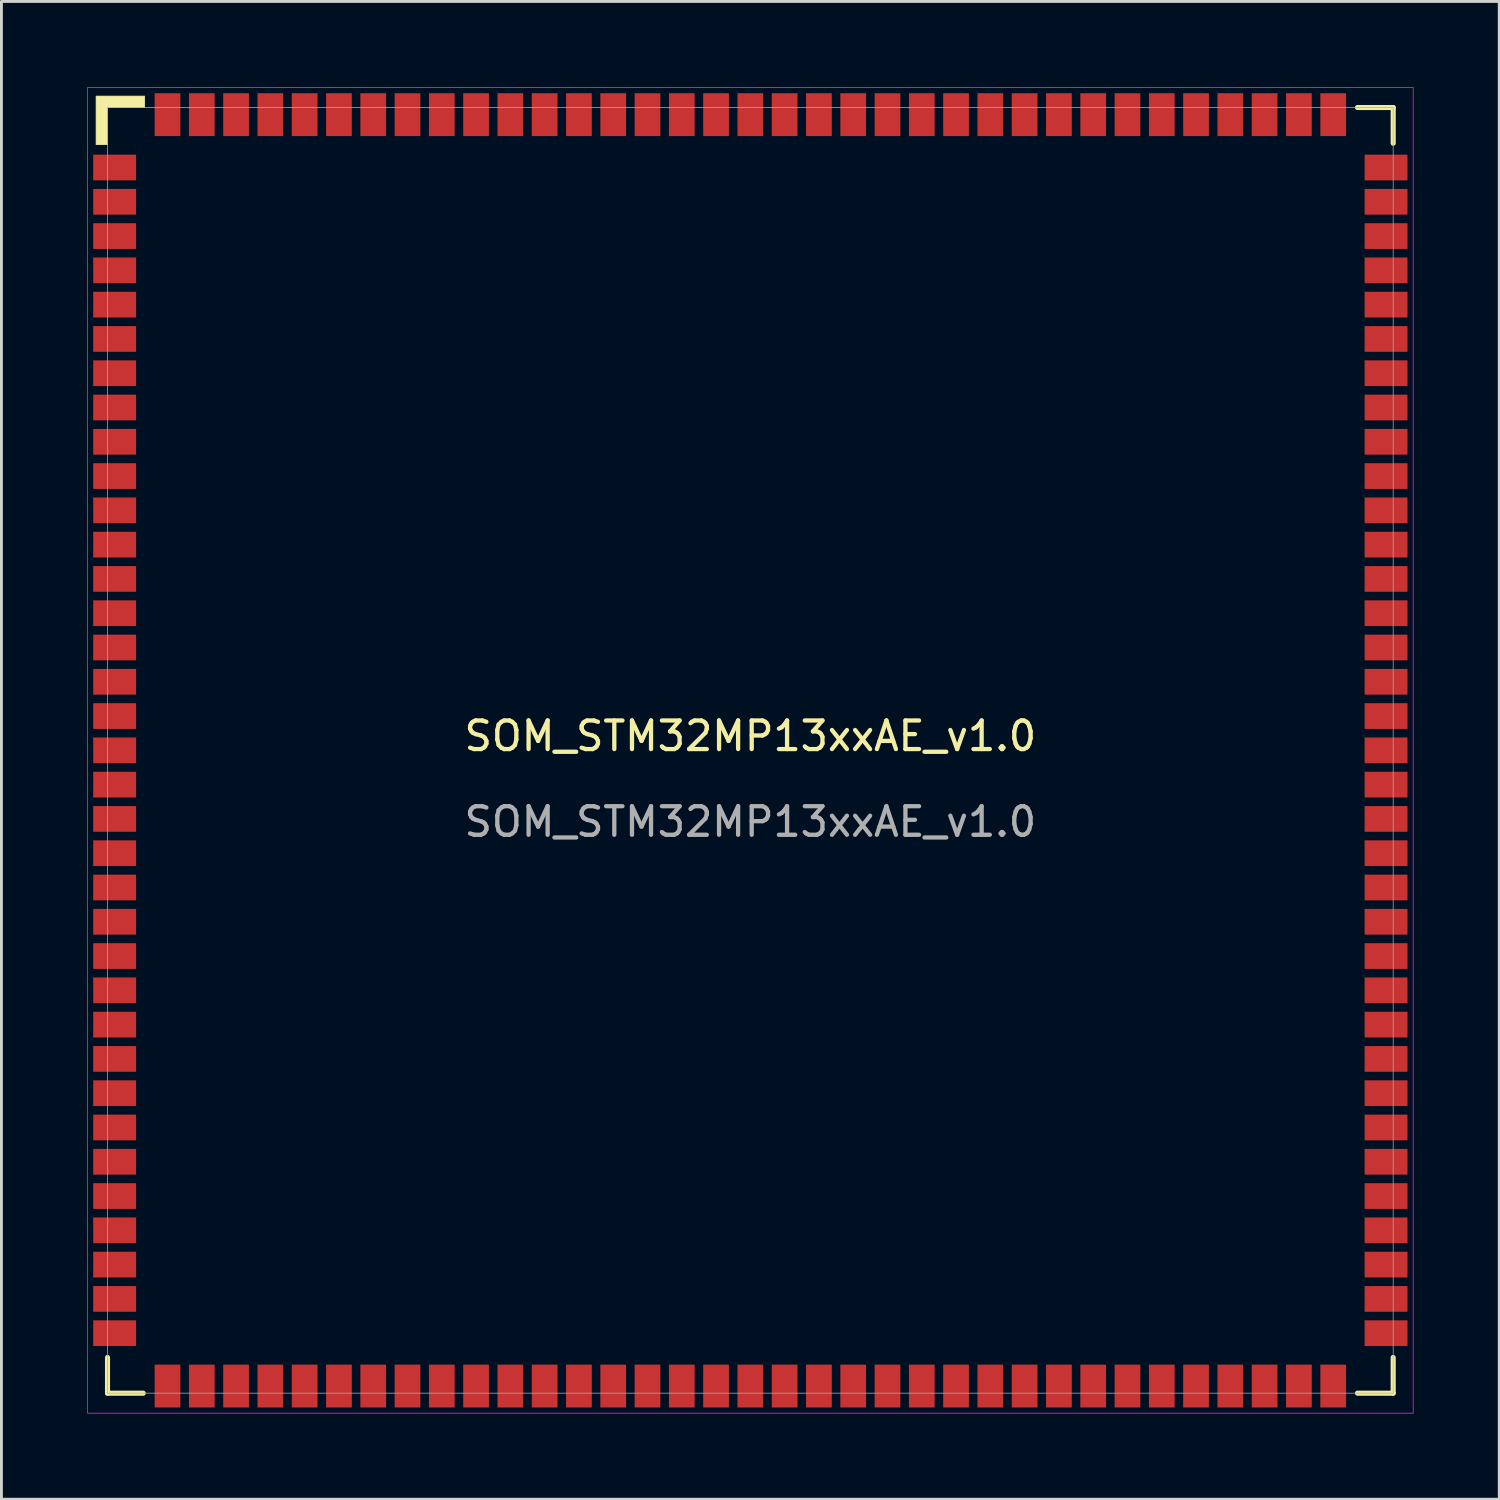
<source format=kicad_pcb>
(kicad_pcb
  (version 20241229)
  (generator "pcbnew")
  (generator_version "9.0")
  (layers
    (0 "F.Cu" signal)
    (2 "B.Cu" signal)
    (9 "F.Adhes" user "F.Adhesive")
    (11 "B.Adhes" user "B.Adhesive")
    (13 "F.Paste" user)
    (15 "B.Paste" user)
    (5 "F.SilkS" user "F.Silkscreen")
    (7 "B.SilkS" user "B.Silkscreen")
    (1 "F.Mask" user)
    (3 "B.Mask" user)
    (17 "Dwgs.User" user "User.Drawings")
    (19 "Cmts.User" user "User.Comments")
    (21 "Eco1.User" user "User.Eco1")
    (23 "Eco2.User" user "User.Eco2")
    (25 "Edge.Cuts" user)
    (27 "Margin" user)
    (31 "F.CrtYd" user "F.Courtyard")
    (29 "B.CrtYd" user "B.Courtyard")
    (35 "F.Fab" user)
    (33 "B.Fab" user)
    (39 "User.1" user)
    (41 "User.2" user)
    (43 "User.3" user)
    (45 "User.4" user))
  (footprint "SOM_STM32MP13xxAE_v1.0"
    (layer "F.Cu")
    (at 23.213 23.213)
    (property "Reference" "SOM_STM32MP13xxAE_v1.0" (at 0 -0.5 0) (unlocked yes) (layer "F.SilkS") (effects (font (size 1 1) (thickness 0.15))))
    (attr smd)
    (fp_line (start -22.5 21.25) (end -22.5 22.5) (stroke (width 0.178) (type default)) (layer "F.SilkS"))
    (fp_line (start -21.25 22.5) (end -22.5 22.5) (stroke (width 0.178) (type default)) (layer "F.SilkS"))
    (fp_line (start 21.25 -22.5) (end 22.5 -22.5) (stroke (width 0.178) (type default)) (layer "F.SilkS"))
    (fp_line (start 21.25 22.5) (end 22.5 22.5) (stroke (width 0.178) (type default)) (layer "F.SilkS"))
    (fp_line (start 22.5 -21.25) (end 22.5 -22.5) (stroke (width 0.178) (type default)) (layer "F.SilkS"))
    (fp_line (start 22.5 22.5) (end 22.5 21.25) (stroke (width 0.178) (type default)) (layer "F.SilkS"))
    (fp_poly (pts (xy -22.9 -21.2) (xy -22.9 -22.9) (xy -21.2 -22.9) (xy -21.2 -22.5) (xy -22.5 -22.5) (xy -22.5 -21.2)) (stroke (width 0.025) (type solid)) (fill yes) (layer "F.SilkS"))
    (fp_rect (start -23.2 -23.2) (end 23.2 23.2) (stroke (width 0.025) (type solid)) (fill no) (layer "F.CrtYd"))
    (fp_rect (start -22.5 -22.5) (end 22.5 22.5) (stroke (width 0.025) (type solid)) (fill no) (layer "F.Fab"))
    (fp_text user "${REFERENCE}" (at 0 2.5 0) (unlocked yes) (layer "F.Fab") (effects (font (size 1 1) (thickness 0.15))))
    (pad "1" smd rect (at -22.25 -20.4) (size 1.5 0.9) (layers "F.Cu" "F.Mask" "F.Paste"))
    (pad "2" smd rect (at -22.25 -19.2) (size 1.5 0.9) (layers "F.Cu" "F.Mask" "F.Paste"))
    (pad "3" smd rect (at -22.25 -18) (size 1.5 0.9) (layers "F.Cu" "F.Mask" "F.Paste"))
    (pad "4" smd rect (at -22.25 -16.8) (size 1.5 0.9) (layers "F.Cu" "F.Mask" "F.Paste"))
    (pad "5" smd rect (at -22.25 -15.6) (size 1.5 0.9) (layers "F.Cu" "F.Mask" "F.Paste"))
    (pad "6" smd rect (at -22.25 -14.4) (size 1.5 0.9) (layers "F.Cu" "F.Mask" "F.Paste"))
    (pad "7" smd rect (at -22.25 -13.2) (size 1.5 0.9) (layers "F.Cu" "F.Mask" "F.Paste"))
    (pad "8" smd rect (at -22.25 -12) (size 1.5 0.9) (layers "F.Cu" "F.Mask" "F.Paste"))
    (pad "9" smd rect (at -22.25 -10.8) (size 1.5 0.9) (layers "F.Cu" "F.Mask" "F.Paste"))
    (pad "10" smd rect (at -22.25 -9.6) (size 1.5 0.9) (layers "F.Cu" "F.Mask" "F.Paste"))
    (pad "11" smd rect (at -22.25 -8.4) (size 1.5 0.9) (layers "F.Cu" "F.Mask" "F.Paste"))
    (pad "12" smd rect (at -22.25 -7.2) (size 1.5 0.9) (layers "F.Cu" "F.Mask" "F.Paste"))
    (pad "13" smd rect (at -22.25 -6) (size 1.5 0.9) (layers "F.Cu" "F.Mask" "F.Paste"))
    (pad "14" smd rect (at -22.25 -4.8) (size 1.5 0.9) (layers "F.Cu" "F.Mask" "F.Paste"))
    (pad "15" smd rect (at -22.25 -3.6) (size 1.5 0.9) (layers "F.Cu" "F.Mask" "F.Paste"))
    (pad "16" smd rect (at -22.25 -2.4) (size 1.5 0.9) (layers "F.Cu" "F.Mask" "F.Paste"))
    (pad "17" smd rect (at -22.25 -1.2) (size 1.5 0.9) (layers "F.Cu" "F.Mask" "F.Paste"))
    (pad "18" smd rect (at -22.25 0) (size 1.5 0.9) (layers "F.Cu" "F.Mask" "F.Paste"))
    (pad "19" smd rect (at -22.25 1.2) (size 1.5 0.9) (layers "F.Cu" "F.Mask" "F.Paste"))
    (pad "20" smd rect (at -22.25 2.4) (size 1.5 0.9) (layers "F.Cu" "F.Mask" "F.Paste"))
    (pad "21" smd rect (at -22.25 3.6) (size 1.5 0.9) (layers "F.Cu" "F.Mask" "F.Paste"))
    (pad "22" smd rect (at -22.25 4.8) (size 1.5 0.9) (layers "F.Cu" "F.Mask" "F.Paste"))
    (pad "23" smd rect (at -22.25 6) (size 1.5 0.9) (layers "F.Cu" "F.Mask" "F.Paste"))
    (pad "24" smd rect (at -22.25 7.2) (size 1.5 0.9) (layers "F.Cu" "F.Mask" "F.Paste"))
    (pad "25" smd rect (at -22.25 8.4) (size 1.5 0.9) (layers "F.Cu" "F.Mask" "F.Paste"))
    (pad "26" smd rect (at -22.25 9.6) (size 1.5 0.9) (layers "F.Cu" "F.Mask" "F.Paste"))
    (pad "27" smd rect (at -22.25 10.8) (size 1.5 0.9) (layers "F.Cu" "F.Mask" "F.Paste"))
    (pad "28" smd rect (at -22.25 12) (size 1.5 0.9) (layers "F.Cu" "F.Mask" "F.Paste"))
    (pad "29" smd rect (at -22.25 13.2) (size 1.5 0.9) (layers "F.Cu" "F.Mask" "F.Paste"))
    (pad "30" smd rect (at -22.25 14.4) (size 1.5 0.9) (layers "F.Cu" "F.Mask" "F.Paste"))
    (pad "31" smd rect (at -22.25 15.6) (size 1.5 0.9) (layers "F.Cu" "F.Mask" "F.Paste"))
    (pad "32" smd rect (at -22.25 16.8) (size 1.5 0.9) (layers "F.Cu" "F.Mask" "F.Paste"))
    (pad "33" smd rect (at -22.25 18) (size 1.5 0.9) (layers "F.Cu" "F.Mask" "F.Paste"))
    (pad "34" smd rect (at -22.25 19.2) (size 1.5 0.9) (layers "F.Cu" "F.Mask" "F.Paste"))
    (pad "35" smd rect (at -22.25 20.4) (size 1.5 0.9) (layers "F.Cu" "F.Mask" "F.Paste"))
    (pad "36" smd rect (at -20.4 22.25) (size 0.9 1.5) (layers "F.Cu" "F.Mask" "F.Paste"))
    (pad "37" smd rect (at -19.2 22.25) (size 0.9 1.5) (layers "F.Cu" "F.Mask" "F.Paste"))
    (pad "38" smd rect (at -18 22.25) (size 0.9 1.5) (layers "F.Cu" "F.Mask" "F.Paste"))
    (pad "39" smd rect (at -16.8 22.25) (size 0.9 1.5) (layers "F.Cu" "F.Mask" "F.Paste"))
    (pad "40" smd rect (at -15.6 22.25) (size 0.9 1.5) (layers "F.Cu" "F.Mask" "F.Paste"))
    (pad "41" smd rect (at -14.4 22.25) (size 0.9 1.5) (layers "F.Cu" "F.Mask" "F.Paste"))
    (pad "42" smd rect (at -13.2 22.25) (size 0.9 1.5) (layers "F.Cu" "F.Mask" "F.Paste"))
    (pad "43" smd rect (at -12 22.25) (size 0.9 1.5) (layers "F.Cu" "F.Mask" "F.Paste"))
    (pad "44" smd rect (at -10.8 22.25) (size 0.9 1.5) (layers "F.Cu" "F.Mask" "F.Paste"))
    (pad "45" smd rect (at -9.6 22.25) (size 0.9 1.5) (layers "F.Cu" "F.Mask" "F.Paste"))
    (pad "46" smd rect (at -8.4 22.25) (size 0.9 1.5) (layers "F.Cu" "F.Mask" "F.Paste"))
    (pad "47" smd rect (at -7.2 22.25) (size 0.9 1.5) (layers "F.Cu" "F.Mask" "F.Paste"))
    (pad "48" smd rect (at -6 22.25) (size 0.9 1.5) (layers "F.Cu" "F.Mask" "F.Paste"))
    (pad "49" smd rect (at -4.8 22.25) (size 0.9 1.5) (layers "F.Cu" "F.Mask" "F.Paste"))
    (pad "50" smd rect (at -3.6 22.25) (size 0.9 1.5) (layers "F.Cu" "F.Mask" "F.Paste"))
    (pad "51" smd rect (at -2.4 22.25) (size 0.9 1.5) (layers "F.Cu" "F.Mask" "F.Paste"))
    (pad "52" smd rect (at -1.2 22.25) (size 0.9 1.5) (layers "F.Cu" "F.Mask" "F.Paste"))
    (pad "53" smd rect (at 0 22.25) (size 0.9 1.5) (layers "F.Cu" "F.Mask" "F.Paste"))
    (pad "54" smd rect (at 1.2 22.25) (size 0.9 1.5) (layers "F.Cu" "F.Mask" "F.Paste"))
    (pad "55" smd rect (at 2.4 22.25) (size 0.9 1.5) (layers "F.Cu" "F.Mask" "F.Paste"))
    (pad "56" smd rect (at 3.6 22.25) (size 0.9 1.5) (layers "F.Cu" "F.Mask" "F.Paste"))
    (pad "57" smd rect (at 4.8 22.25) (size 0.9 1.5) (layers "F.Cu" "F.Mask" "F.Paste"))
    (pad "58" smd rect (at 6 22.25) (size 0.9 1.5) (layers "F.Cu" "F.Mask" "F.Paste"))
    (pad "59" smd rect (at 7.2 22.25) (size 0.9 1.5) (layers "F.Cu" "F.Mask" "F.Paste"))
    (pad "60" smd rect (at 8.4 22.25) (size 0.9 1.5) (layers "F.Cu" "F.Mask" "F.Paste"))
    (pad "61" smd rect (at 9.6 22.25) (size 0.9 1.5) (layers "F.Cu" "F.Mask" "F.Paste"))
    (pad "62" smd rect (at 10.8 22.25) (size 0.9 1.5) (layers "F.Cu" "F.Mask" "F.Paste"))
    (pad "63" smd rect (at 12 22.25) (size 0.9 1.5) (layers "F.Cu" "F.Mask" "F.Paste"))
    (pad "64" smd rect (at 13.2 22.25) (size 0.9 1.5) (layers "F.Cu" "F.Mask" "F.Paste"))
    (pad "65" smd rect (at 14.4 22.25) (size 0.9 1.5) (layers "F.Cu" "F.Mask" "F.Paste"))
    (pad "66" smd rect (at 15.6 22.25) (size 0.9 1.5) (layers "F.Cu" "F.Mask" "F.Paste"))
    (pad "67" smd rect (at 16.8 22.25) (size 0.9 1.5) (layers "F.Cu" "F.Mask" "F.Paste"))
    (pad "68" smd rect (at 18 22.25) (size 0.9 1.5) (layers "F.Cu" "F.Mask" "F.Paste"))
    (pad "69" smd rect (at 19.2 22.25) (size 0.9 1.5) (layers "F.Cu" "F.Mask" "F.Paste"))
    (pad "70" smd rect (at 20.4 22.25) (size 0.9 1.5) (layers "F.Cu" "F.Mask" "F.Paste"))
    (pad "71" smd rect (at 22.25 20.4) (size 1.5 0.9) (layers "F.Cu" "F.Mask" "F.Paste"))
    (pad "72" smd rect (at 22.25 19.2) (size 1.5 0.9) (layers "F.Cu" "F.Mask" "F.Paste"))
    (pad "73" smd rect (at 22.25 18) (size 1.5 0.9) (layers "F.Cu" "F.Mask" "F.Paste"))
    (pad "74" smd rect (at 22.25 16.8) (size 1.5 0.9) (layers "F.Cu" "F.Mask" "F.Paste"))
    (pad "75" smd rect (at 22.25 15.6) (size 1.5 0.9) (layers "F.Cu" "F.Mask" "F.Paste"))
    (pad "76" smd rect (at 22.25 14.4) (size 1.5 0.9) (layers "F.Cu" "F.Mask" "F.Paste"))
    (pad "77" smd rect (at 22.25 13.2) (size 1.5 0.9) (layers "F.Cu" "F.Mask" "F.Paste"))
    (pad "78" smd rect (at 22.25 12) (size 1.5 0.9) (layers "F.Cu" "F.Mask" "F.Paste"))
    (pad "79" smd rect (at 22.25 10.8) (size 1.5 0.9) (layers "F.Cu" "F.Mask" "F.Paste"))
    (pad "80" smd rect (at 22.25 9.6) (size 1.5 0.9) (layers "F.Cu" "F.Mask" "F.Paste"))
    (pad "81" smd rect (at 22.25 8.4) (size 1.5 0.9) (layers "F.Cu" "F.Mask" "F.Paste"))
    (pad "82" smd rect (at 22.25 7.2) (size 1.5 0.9) (layers "F.Cu" "F.Mask" "F.Paste"))
    (pad "83" smd rect (at 22.25 6) (size 1.5 0.9) (layers "F.Cu" "F.Mask" "F.Paste"))
    (pad "84" smd rect (at 22.25 4.8) (size 1.5 0.9) (layers "F.Cu" "F.Mask" "F.Paste"))
    (pad "85" smd rect (at 22.25 3.6) (size 1.5 0.9) (layers "F.Cu" "F.Mask" "F.Paste"))
    (pad "86" smd rect (at 22.25 2.4) (size 1.5 0.9) (layers "F.Cu" "F.Mask" "F.Paste"))
    (pad "87" smd rect (at 22.25 1.2) (size 1.5 0.9) (layers "F.Cu" "F.Mask" "F.Paste"))
    (pad "88" smd rect (at 22.25 0) (size 1.5 0.9) (layers "F.Cu" "F.Mask" "F.Paste"))
    (pad "89" smd rect (at 22.25 -1.2) (size 1.5 0.9) (layers "F.Cu" "F.Mask" "F.Paste"))
    (pad "90" smd rect (at 22.25 -2.4) (size 1.5 0.9) (layers "F.Cu" "F.Mask" "F.Paste"))
    (pad "91" smd rect (at 22.25 -3.6) (size 1.5 0.9) (layers "F.Cu" "F.Mask" "F.Paste"))
    (pad "92" smd rect (at 22.25 -4.8) (size 1.5 0.9) (layers "F.Cu" "F.Mask" "F.Paste"))
    (pad "93" smd rect (at 22.25 -6) (size 1.5 0.9) (layers "F.Cu" "F.Mask" "F.Paste"))
    (pad "94" smd rect (at 22.25 -7.2) (size 1.5 0.9) (layers "F.Cu" "F.Mask" "F.Paste"))
    (pad "95" smd rect (at 22.25 -8.4) (size 1.5 0.9) (layers "F.Cu" "F.Mask" "F.Paste"))
    (pad "96" smd rect (at 22.25 -9.6) (size 1.5 0.9) (layers "F.Cu" "F.Mask" "F.Paste"))
    (pad "97" smd rect (at 22.25 -10.8) (size 1.5 0.9) (layers "F.Cu" "F.Mask" "F.Paste"))
    (pad "98" smd rect (at 22.25 -12) (size 1.5 0.9) (layers "F.Cu" "F.Mask" "F.Paste"))
    (pad "99" smd rect (at 22.25 -13.2) (size 1.5 0.9) (layers "F.Cu" "F.Mask" "F.Paste"))
    (pad "100" smd rect (at 22.25 -14.4) (size 1.5 0.9) (layers "F.Cu" "F.Mask" "F.Paste"))
    (pad "101" smd rect (at 22.25 -15.6) (size 1.5 0.9) (layers "F.Cu" "F.Mask" "F.Paste"))
    (pad "102" smd rect (at 22.25 -16.8) (size 1.5 0.9) (layers "F.Cu" "F.Mask" "F.Paste"))
    (pad "103" smd rect (at 22.25 -18) (size 1.5 0.9) (layers "F.Cu" "F.Mask" "F.Paste"))
    (pad "104" smd rect (at 22.25 -19.2) (size 1.5 0.9) (layers "F.Cu" "F.Mask" "F.Paste"))
    (pad "105" smd rect (at 22.25 -20.4) (size 1.5 0.9) (layers "F.Cu" "F.Mask" "F.Paste"))
    (pad "106" smd rect (at 20.4 -22.25) (size 0.9 1.5) (layers "F.Cu" "F.Mask" "F.Paste"))
    (pad "107" smd rect (at 19.2 -22.25) (size 0.9 1.5) (layers "F.Cu" "F.Mask" "F.Paste"))
    (pad "108" smd rect (at 18 -22.25) (size 0.9 1.5) (layers "F.Cu" "F.Mask" "F.Paste"))
    (pad "109" smd rect (at 16.8 -22.25) (size 0.9 1.5) (layers "F.Cu" "F.Mask" "F.Paste"))
    (pad "110" smd rect (at 15.6 -22.25) (size 0.9 1.5) (layers "F.Cu" "F.Mask" "F.Paste"))
    (pad "111" smd rect (at 14.4 -22.25) (size 0.9 1.5) (layers "F.Cu" "F.Mask" "F.Paste"))
    (pad "112" smd rect (at 13.2 -22.25) (size 0.9 1.5) (layers "F.Cu" "F.Mask" "F.Paste"))
    (pad "113" smd rect (at 12 -22.25) (size 0.9 1.5) (layers "F.Cu" "F.Mask" "F.Paste"))
    (pad "114" smd rect (at 10.8 -22.25) (size 0.9 1.5) (layers "F.Cu" "F.Mask" "F.Paste"))
    (pad "115" smd rect (at 9.6 -22.25) (size 0.9 1.5) (layers "F.Cu" "F.Mask" "F.Paste"))
    (pad "116" smd rect (at 8.4 -22.25) (size 0.9 1.5) (layers "F.Cu" "F.Mask" "F.Paste"))
    (pad "117" smd rect (at 7.2 -22.25) (size 0.9 1.5) (layers "F.Cu" "F.Mask" "F.Paste"))
    (pad "118" smd rect (at 6 -22.25) (size 0.9 1.5) (layers "F.Cu" "F.Mask" "F.Paste"))
    (pad "119" smd rect (at 4.8 -22.25) (size 0.9 1.5) (layers "F.Cu" "F.Mask" "F.Paste"))
    (pad "120" smd rect (at 3.6 -22.25) (size 0.9 1.5) (layers "F.Cu" "F.Mask" "F.Paste"))
    (pad "121" smd rect (at 2.4 -22.25) (size 0.9 1.5) (layers "F.Cu" "F.Mask" "F.Paste"))
    (pad "122" smd rect (at 1.2 -22.25) (size 0.9 1.5) (layers "F.Cu" "F.Mask" "F.Paste"))
    (pad "123" smd rect (at 0 -22.25) (size 0.9 1.5) (layers "F.Cu" "F.Mask" "F.Paste"))
    (pad "124" smd rect (at -1.2 -22.25) (size 0.9 1.5) (layers "F.Cu" "F.Mask" "F.Paste"))
    (pad "125" smd rect (at -2.4 -22.25) (size 0.9 1.5) (layers "F.Cu" "F.Mask" "F.Paste"))
    (pad "126" smd rect (at -3.6 -22.25) (size 0.9 1.5) (layers "F.Cu" "F.Mask" "F.Paste"))
    (pad "127" smd rect (at -4.8 -22.25) (size 0.9 1.5) (layers "F.Cu" "F.Mask" "F.Paste"))
    (pad "128" smd rect (at -6 -22.25) (size 0.9 1.5) (layers "F.Cu" "F.Mask" "F.Paste"))
    (pad "129" smd rect (at -7.2 -22.25) (size 0.9 1.5) (layers "F.Cu" "F.Mask" "F.Paste"))
    (pad "130" smd rect (at -8.4 -22.25) (size 0.9 1.5) (layers "F.Cu" "F.Mask" "F.Paste"))
    (pad "131" smd rect (at -9.6 -22.25) (size 0.9 1.5) (layers "F.Cu" "F.Mask" "F.Paste"))
    (pad "132" smd rect (at -10.8 -22.25) (size 0.9 1.5) (layers "F.Cu" "F.Mask" "F.Paste"))
    (pad "133" smd rect (at -12 -22.25) (size 0.9 1.5) (layers "F.Cu" "F.Mask" "F.Paste"))
    (pad "134" smd rect (at -13.2 -22.25) (size 0.9 1.5) (layers "F.Cu" "F.Mask" "F.Paste"))
    (pad "135" smd rect (at -14.4 -22.25) (size 0.9 1.5) (layers "F.Cu" "F.Mask" "F.Paste"))
    (pad "136" smd rect (at -15.6 -22.25) (size 0.9 1.5) (layers "F.Cu" "F.Mask" "F.Paste"))
    (pad "137" smd rect (at -16.8 -22.25) (size 0.9 1.5) (layers "F.Cu" "F.Mask" "F.Paste"))
    (pad "138" smd rect (at -18 -22.25) (size 0.9 1.5) (layers "F.Cu" "F.Mask" "F.Paste"))
    (pad "139" smd rect (at -19.2 -22.25) (size 0.9 1.5) (layers "F.Cu" "F.Mask" "F.Paste"))
    (pad "140" smd rect (at -20.4 -22.25) (size 0.9 1.5) (layers "F.Cu" "F.Mask" "F.Paste")))
  (gr_rect
    (start -3 -3)
    (end 49.425 49.425)
    (stroke (width 0.1) (type default))
    (fill no)
    (layer "Edge.Cuts")))
</source>
